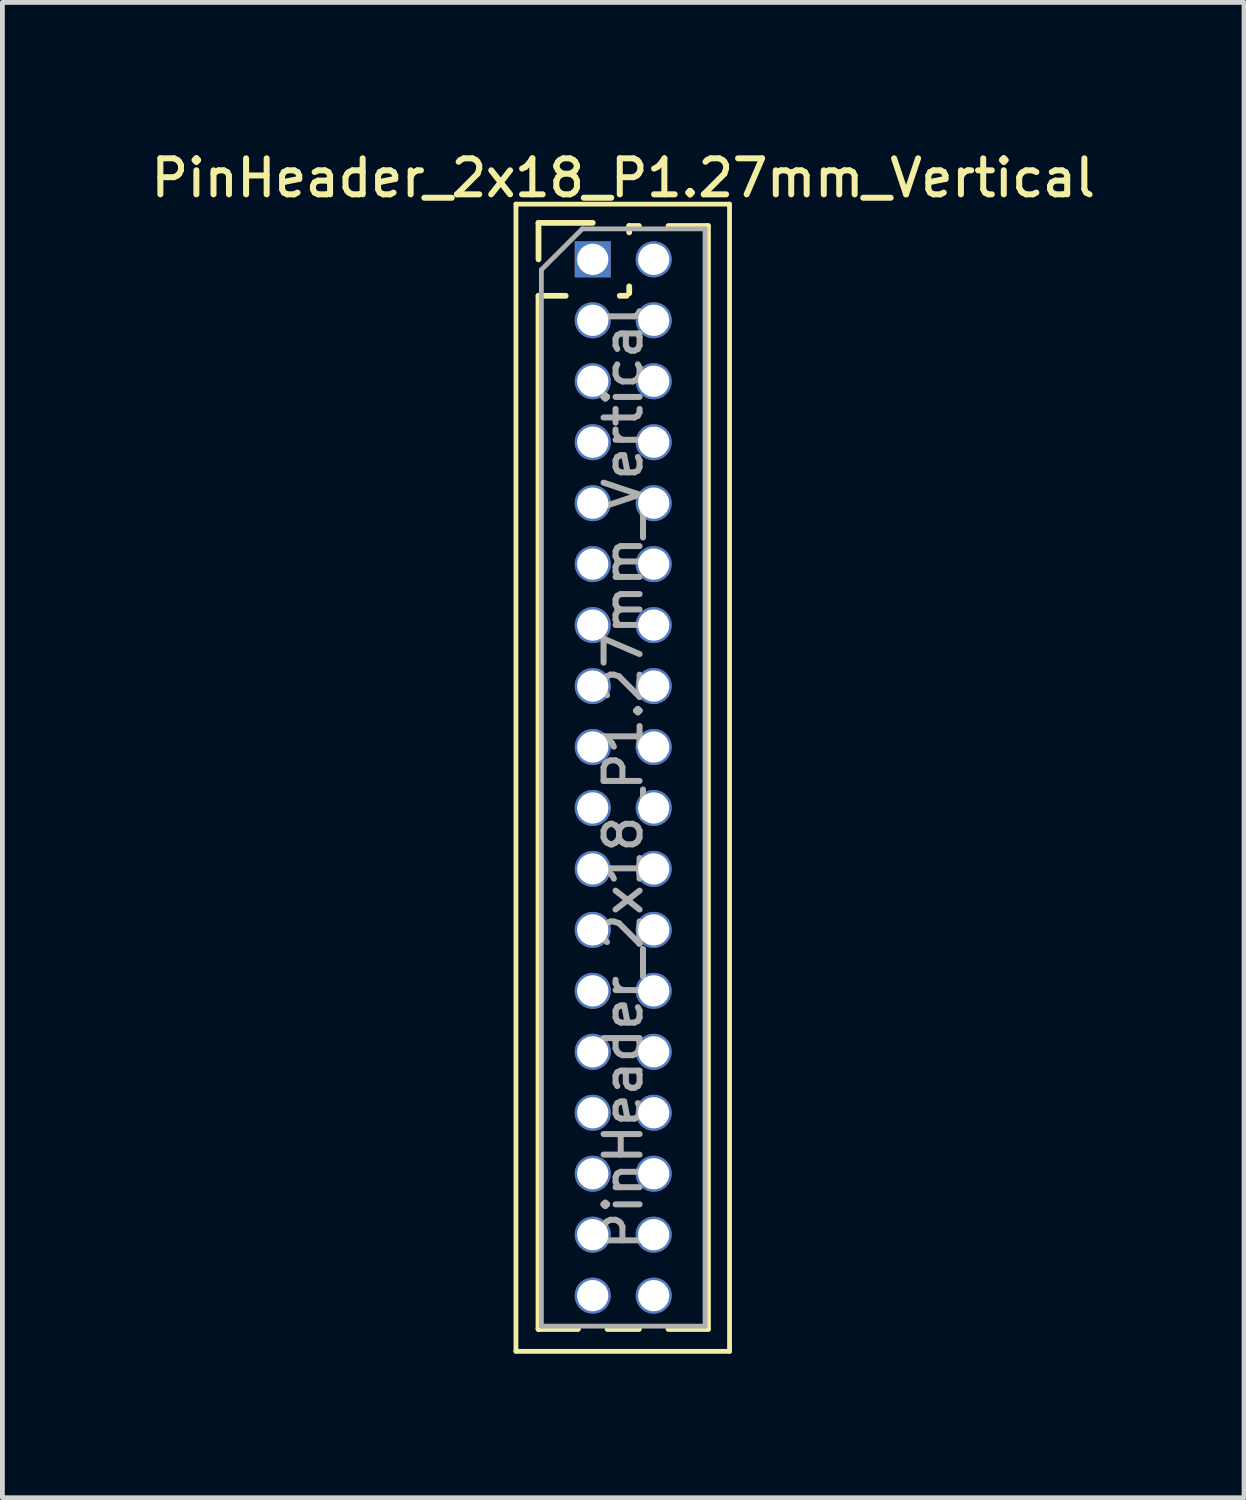
<source format=kicad_pcb>
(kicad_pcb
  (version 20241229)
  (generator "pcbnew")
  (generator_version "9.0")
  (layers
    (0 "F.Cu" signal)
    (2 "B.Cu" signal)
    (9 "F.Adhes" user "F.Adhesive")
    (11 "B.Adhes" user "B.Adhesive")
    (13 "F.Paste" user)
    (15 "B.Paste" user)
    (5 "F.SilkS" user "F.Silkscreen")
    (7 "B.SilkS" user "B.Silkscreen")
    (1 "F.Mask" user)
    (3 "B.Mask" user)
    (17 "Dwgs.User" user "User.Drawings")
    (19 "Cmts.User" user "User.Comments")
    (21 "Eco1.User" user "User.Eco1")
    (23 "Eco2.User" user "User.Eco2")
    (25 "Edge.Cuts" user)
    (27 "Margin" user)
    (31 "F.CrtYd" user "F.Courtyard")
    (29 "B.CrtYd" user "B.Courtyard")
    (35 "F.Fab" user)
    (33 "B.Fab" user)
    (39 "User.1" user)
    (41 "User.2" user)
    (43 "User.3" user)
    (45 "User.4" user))
  (footprint "PinHeader_2x18_P1.27mm_Vertical"
    (layer "F.Cu")
    (at 9.299 2.353)
    (property "Reference" "PinHeader_2x18_P1.27mm_Vertical" (at 0.635 -1.695 0) (layer "F.SilkS") (effects (font (size 0.75 0.75) (thickness 0.125))))
    (attr through_hole)
    (fp_line (start -1.6 -1.15) (end -1.6 22.75) (stroke (width 0.1) (type solid)) (layer "F.SilkS"))
    (fp_line (start -1.6 22.75) (end 2.85 22.75) (stroke (width 0.1) (type solid)) (layer "F.SilkS"))
    (fp_line (start -1.13 -0.76) (end 0 -0.76) (stroke (width 0.12) (type solid)) (layer "F.SilkS"))
    (fp_line (start -1.13 0) (end -1.13 -0.76) (stroke (width 0.12) (type solid)) (layer "F.SilkS"))
    (fp_line (start -1.13 0.76) (end -1.13 22.285) (stroke (width 0.12) (type solid)) (layer "F.SilkS"))
    (fp_line (start -1.13 0.76) (end -0.563 0.76) (stroke (width 0.12) (type solid)) (layer "F.SilkS"))
    (fp_line (start -1.13 22.285) (end -0.308 22.285) (stroke (width 0.12) (type solid)) (layer "F.SilkS"))
    (fp_line (start 0.308 22.285) (end 0.962 22.285) (stroke (width 0.12) (type solid)) (layer "F.SilkS"))
    (fp_line (start 0.563 0.76) (end 0.707 0.76) (stroke (width 0.12) (type solid)) (layer "F.SilkS"))
    (fp_line (start 0.76 -0.695) (end 0.962 -0.695) (stroke (width 0.12) (type solid)) (layer "F.SilkS"))
    (fp_line (start 0.76 -0.563) (end 0.76 -0.695) (stroke (width 0.12) (type solid)) (layer "F.SilkS"))
    (fp_line (start 0.76 0.707) (end 0.76 0.563) (stroke (width 0.12) (type solid)) (layer "F.SilkS"))
    (fp_line (start 1.578 -0.695) (end 2.4 -0.695) (stroke (width 0.12) (type solid)) (layer "F.SilkS"))
    (fp_line (start 1.578 22.285) (end 2.4 22.285) (stroke (width 0.12) (type solid)) (layer "F.SilkS"))
    (fp_line (start 2.4 -0.695) (end 2.4 22.285) (stroke (width 0.12) (type solid)) (layer "F.SilkS"))
    (fp_line (start 2.85 -1.15) (end -1.6 -1.15) (stroke (width 0.1) (type solid)) (layer "F.SilkS"))
    (fp_line (start 2.85 22.75) (end 2.85 -1.15) (stroke (width 0.1) (type solid)) (layer "F.SilkS"))
    (fp_line (start -1.07 0.217) (end -0.217 -0.635) (stroke (width 0.1) (type solid)) (layer "F.Fab"))
    (fp_line (start -1.07 22.225) (end -1.07 0.217) (stroke (width 0.1) (type solid)) (layer "F.Fab"))
    (fp_line (start -0.217 -0.635) (end 2.34 -0.635) (stroke (width 0.1) (type solid)) (layer "F.Fab"))
    (fp_line (start 2.34 -0.635) (end 2.34 22.225) (stroke (width 0.1) (type solid)) (layer "F.Fab"))
    (fp_line (start 2.34 22.225) (end -1.07 22.225) (stroke (width 0.1) (type solid)) (layer "F.Fab"))
    (fp_text user "${REFERENCE}" (at 0.635 10.795 90) (layer "F.Fab") (effects (font (size 0.75 0.75) (thickness 0.125))))
    (pad "1" thru_hole rect (at 0 0) (size 0.75 0.75) (drill 0.65) (layers "*.Cu" "*.Mask"))
    (pad "2" thru_hole oval (at 1.27 0) (size 0.75 0.75) (drill 0.65) (layers "*.Cu" "*.Mask"))
    (pad "3" thru_hole oval (at 0 1.27) (size 0.75 0.75) (drill 0.65) (layers "*.Cu" "*.Mask"))
    (pad "4" thru_hole oval (at 1.27 1.27) (size 0.75 0.75) (drill 0.65) (layers "*.Cu" "*.Mask"))
    (pad "5" thru_hole oval (at 0 2.54) (size 0.75 0.75) (drill 0.65) (layers "*.Cu" "*.Mask"))
    (pad "6" thru_hole oval (at 1.27 2.54) (size 0.75 0.75) (drill 0.65) (layers "*.Cu" "*.Mask"))
    (pad "7" thru_hole oval (at 0 3.81) (size 0.75 0.75) (drill 0.65) (layers "*.Cu" "*.Mask"))
    (pad "8" thru_hole oval (at 1.27 3.81) (size 0.75 0.75) (drill 0.65) (layers "*.Cu" "*.Mask"))
    (pad "9" thru_hole oval (at 0 5.08) (size 0.75 0.75) (drill 0.65) (layers "*.Cu" "*.Mask"))
    (pad "10" thru_hole oval (at 1.27 5.08) (size 0.75 0.75) (drill 0.65) (layers "*.Cu" "*.Mask"))
    (pad "11" thru_hole oval (at 0 6.35) (size 0.75 0.75) (drill 0.65) (layers "*.Cu" "*.Mask"))
    (pad "12" thru_hole oval (at 1.27 6.35) (size 0.75 0.75) (drill 0.65) (layers "*.Cu" "*.Mask"))
    (pad "13" thru_hole oval (at 0 7.62) (size 0.75 0.75) (drill 0.65) (layers "*.Cu" "*.Mask"))
    (pad "14" thru_hole oval (at 1.27 7.62) (size 0.75 0.75) (drill 0.65) (layers "*.Cu" "*.Mask"))
    (pad "15" thru_hole oval (at 0 8.89) (size 0.75 0.75) (drill 0.65) (layers "*.Cu" "*.Mask"))
    (pad "16" thru_hole oval (at 1.27 8.89) (size 0.75 0.75) (drill 0.65) (layers "*.Cu" "*.Mask"))
    (pad "17" thru_hole oval (at 0 10.16) (size 0.75 0.75) (drill 0.65) (layers "*.Cu" "*.Mask"))
    (pad "18" thru_hole oval (at 1.27 10.16) (size 0.75 0.75) (drill 0.65) (layers "*.Cu" "*.Mask"))
    (pad "19" thru_hole oval (at 0 11.43) (size 0.75 0.75) (drill 0.65) (layers "*.Cu" "*.Mask"))
    (pad "20" thru_hole oval (at 1.27 11.43) (size 0.75 0.75) (drill 0.65) (layers "*.Cu" "*.Mask"))
    (pad "21" thru_hole oval (at 0 12.7) (size 0.75 0.75) (drill 0.65) (layers "*.Cu" "*.Mask"))
    (pad "22" thru_hole oval (at 1.27 12.7) (size 0.75 0.75) (drill 0.65) (layers "*.Cu" "*.Mask"))
    (pad "23" thru_hole oval (at 0 13.97) (size 0.75 0.75) (drill 0.65) (layers "*.Cu" "*.Mask"))
    (pad "24" thru_hole oval (at 1.27 13.97) (size 0.75 0.75) (drill 0.65) (layers "*.Cu" "*.Mask"))
    (pad "25" thru_hole oval (at 0 15.24) (size 0.75 0.75) (drill 0.65) (layers "*.Cu" "*.Mask"))
    (pad "26" thru_hole oval (at 1.27 15.24) (size 0.75 0.75) (drill 0.65) (layers "*.Cu" "*.Mask"))
    (pad "27" thru_hole oval (at 0 16.51) (size 0.75 0.75) (drill 0.65) (layers "*.Cu" "*.Mask"))
    (pad "28" thru_hole oval (at 1.27 16.51) (size 0.75 0.75) (drill 0.65) (layers "*.Cu" "*.Mask"))
    (pad "29" thru_hole oval (at 0 17.78) (size 0.75 0.75) (drill 0.65) (layers "*.Cu" "*.Mask"))
    (pad "30" thru_hole oval (at 1.27 17.78) (size 0.75 0.75) (drill 0.65) (layers "*.Cu" "*.Mask"))
    (pad "31" thru_hole oval (at 0 19.05) (size 0.75 0.75) (drill 0.65) (layers "*.Cu" "*.Mask"))
    (pad "32" thru_hole oval (at 1.27 19.05) (size 0.75 0.75) (drill 0.65) (layers "*.Cu" "*.Mask"))
    (pad "33" thru_hole oval (at 0 20.32) (size 0.75 0.75) (drill 0.65) (layers "*.Cu" "*.Mask"))
    (pad "34" thru_hole oval (at 1.27 20.32) (size 0.75 0.75) (drill 0.65) (layers "*.Cu" "*.Mask"))
    (pad "35" thru_hole oval (at 0 21.59) (size 0.75 0.75) (drill 0.65) (layers "*.Cu" "*.Mask"))
    (pad "36" thru_hole oval (at 1.27 21.59) (size 0.75 0.75) (drill 0.65) (layers "*.Cu" "*.Mask")))
  (gr_rect
    (start -3 -3)
    (end 22.868 28.153)
    (stroke (width 0.1) (type default))
    (fill no)
    (layer "Edge.Cuts")))
</source>
